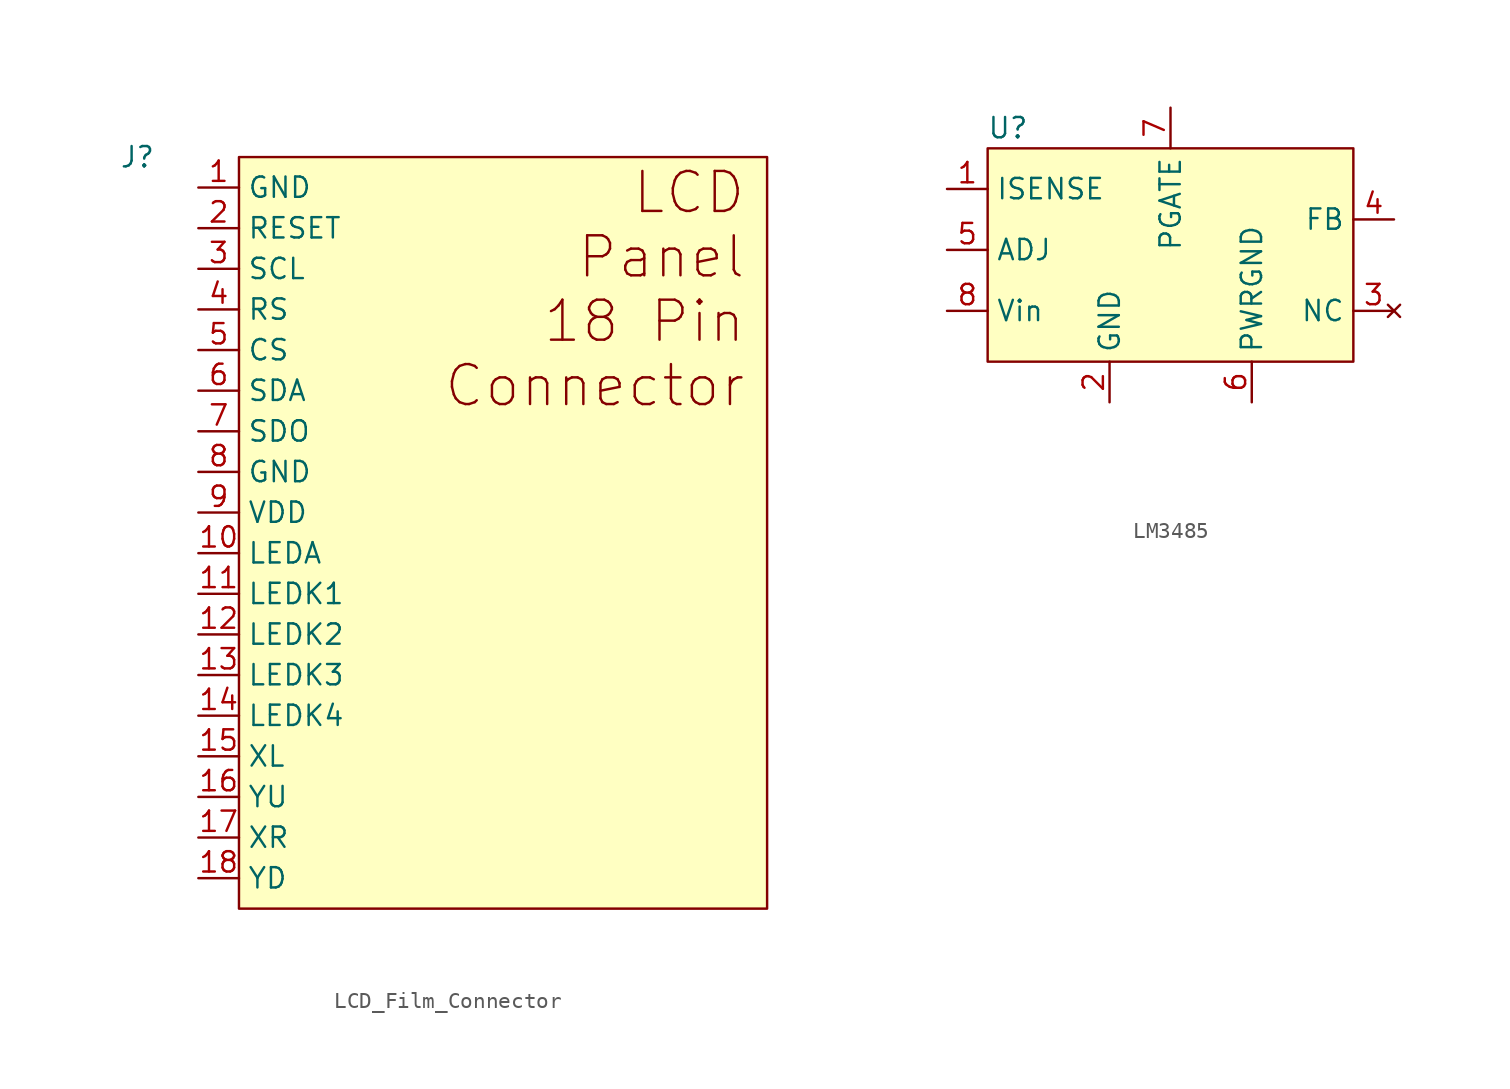
<source format=kicad_sym>
(kicad_symbol_lib
  (version 20220914)
  (generator kicad_symbol_editor)
  (symbol "LCD_Film_Connector"
    (property "Reference" "J"
      (at -4.445 22.225 0)
      (effects (font (size 1.27 1.27))))
    (property "Value" ""
      (at -4.445 22.225 0)
      (effects (font (size 1.27 1.27))))
    (symbol "LCD_Film_Connector_1_1"
      (rectangle (start 1.905 22.225) (end 34.925 -24.765) (stroke (width 0) (type default)) (fill (type background)))
      (text "LCD\nPanel\n18 Pin\nConnector" (at 33.655 13.97 0) (effects (font (size 2.5 2.5)) (justify right)))
      (pin power_in line (at -0.635 20.32 0) (length 2.54) (name "GND" (effects (font (size 1.27 1.27)))) (number "1" (effects (font (size 1.27 1.27)))))
      (pin bidirectional line (at -0.635 -2.54 0) (length 2.54) (name "LEDA" (effects (font (size 1.27 1.27)))) (number "10" (effects (font (size 1.27 1.27)))))
      (pin bidirectional line (at -0.635 -5.08 0) (length 2.54) (name "LEDK1" (effects (font (size 1.27 1.27)))) (number "11" (effects (font (size 1.27 1.27)))))
      (pin bidirectional line (at -0.635 -7.62 0) (length 2.54) (name "LEDK2" (effects (font (size 1.27 1.27)))) (number "12" (effects (font (size 1.27 1.27)))))
      (pin bidirectional line (at -0.635 -10.16 0) (length 2.54) (name "LEDK3" (effects (font (size 1.27 1.27)))) (number "13" (effects (font (size 1.27 1.27)))))
      (pin bidirectional line (at -0.635 -12.7 0) (length 2.54) (name "LEDK4" (effects (font (size 1.27 1.27)))) (number "14" (effects (font (size 1.27 1.27)))))
      (pin bidirectional line (at -0.635 -15.24 0) (length 2.54) (name "XL" (effects (font (size 1.27 1.27)))) (number "15" (effects (font (size 1.27 1.27)))))
      (pin bidirectional line (at -0.635 -17.78 0) (length 2.54) (name "YU" (effects (font (size 1.27 1.27)))) (number "16" (effects (font (size 1.27 1.27)))))
      (pin bidirectional line (at -0.635 -20.32 0) (length 2.54) (name "XR" (effects (font (size 1.27 1.27)))) (number "17" (effects (font (size 1.27 1.27)))))
      (pin bidirectional line (at -0.635 -22.86 0) (length 2.54) (name "YD" (effects (font (size 1.27 1.27)))) (number "18" (effects (font (size 1.27 1.27)))))
      (pin bidirectional line (at -0.635 17.78 0) (length 2.54) (name "RESET" (effects (font (size 1.27 1.27)))) (number "2" (effects (font (size 1.27 1.27)))))
      (pin bidirectional line (at -0.635 15.24 0) (length 2.54) (name "SCL" (effects (font (size 1.27 1.27)))) (number "3" (effects (font (size 1.27 1.27)))))
      (pin bidirectional line (at -0.635 12.7 0) (length 2.54) (name "RS" (effects (font (size 1.27 1.27)))) (number "4" (effects (font (size 1.27 1.27)))))
      (pin bidirectional line (at -0.635 10.16 0) (length 2.54) (name "CS" (effects (font (size 1.27 1.27)))) (number "5" (effects (font (size 1.27 1.27)))))
      (pin bidirectional line (at -0.635 7.62 0) (length 2.54) (name "SDA" (effects (font (size 1.27 1.27)))) (number "6" (effects (font (size 1.27 1.27)))))
      (pin bidirectional line (at -0.635 5.08 0) (length 2.54) (name "SDO" (effects (font (size 1.27 1.27)))) (number "7" (effects (font (size 1.27 1.27)))))
      (pin power_in line (at -0.635 2.54 0) (length 2.54) (name "GND" (effects (font (size 1.27 1.27)))) (number "8" (effects (font (size 1.27 1.27)))))
      (pin power_in line (at -0.635 0 0) (length 2.54) (name "VDD" (effects (font (size 1.27 1.27)))) (number "9" (effects (font (size 1.27 1.27)))))))
  (symbol "LM3485"
    (property "Reference" "U"
      (at -9.525 8.255 0)
      (effects (font (size 1.27 1.27))))
    (property "Value" ""
      (at -11.43 -13.335 0)
      (effects (font (size 1.27 1.27))))
    (symbol "LM3485_1_1"
      (rectangle (start -10.795 6.985) (end 12.065 -6.35) (stroke (width 0) (type default)) (fill (type background)))
      (pin input line (at -13.335 4.445 0) (length 2.54) (name "ISENSE" (effects (font (size 1.27 1.27)))) (number "1" (effects (font (size 1.27 1.27)))))
      (pin passive line (at -3.175 -8.89 90) (length 2.54) (name "GND" (effects (font (size 1.27 1.27)))) (number "2" (effects (font (size 1.27 1.27)))))
      (pin no_connect line (at 14.605 -3.175 180) (length 2.54) (name "NC" (effects (font (size 1.27 1.27)))) (number "3" (effects (font (size 1.27 1.27)))))
      (pin input line (at 14.605 2.54 180) (length 2.54) (name "FB" (effects (font (size 1.27 1.27)))) (number "4" (effects (font (size 1.27 1.27)))))
      (pin input line (at -13.335 0.635 0) (length 2.54) (name "ADJ" (effects (font (size 1.27 1.27)))) (number "5" (effects (font (size 1.27 1.27)))))
      (pin passive line (at 5.715 -8.89 90) (length 2.54) (name "PWRGND" (effects (font (size 1.27 1.27)))) (number "6" (effects (font (size 1.27 1.27)))))
      (pin output line (at 0.635 9.525 270) (length 2.54) (name "PGATE" (effects (font (size 1.27 1.27)))) (number "7" (effects (font (size 1.27 1.27)))))
      (pin power_in line (at -13.335 -3.175 0) (length 2.54) (name "Vin" (effects (font (size 1.27 1.27)))) (number "8" (effects (font (size 1.27 1.27))))))))
</source>
